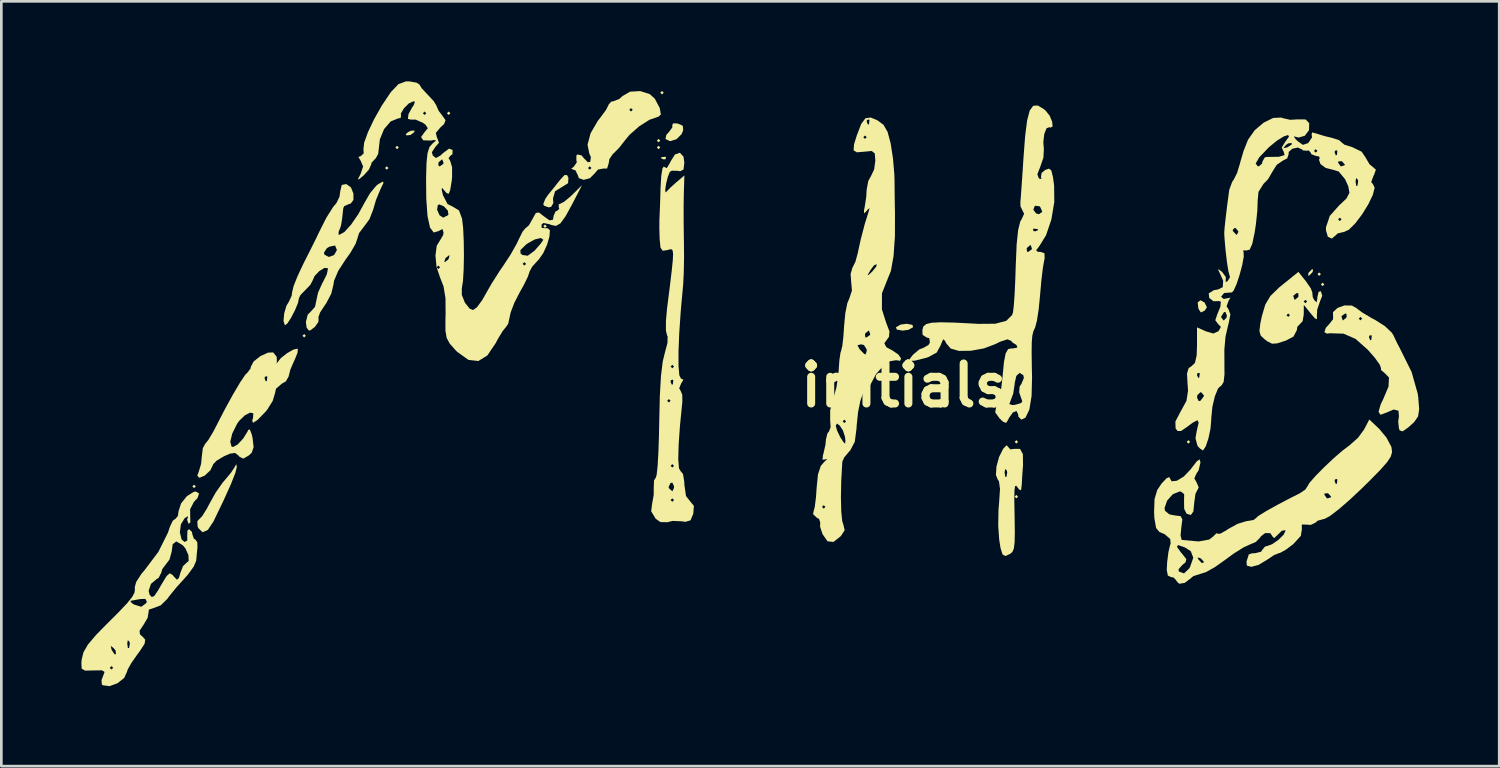
<source format=kicad_pcb>
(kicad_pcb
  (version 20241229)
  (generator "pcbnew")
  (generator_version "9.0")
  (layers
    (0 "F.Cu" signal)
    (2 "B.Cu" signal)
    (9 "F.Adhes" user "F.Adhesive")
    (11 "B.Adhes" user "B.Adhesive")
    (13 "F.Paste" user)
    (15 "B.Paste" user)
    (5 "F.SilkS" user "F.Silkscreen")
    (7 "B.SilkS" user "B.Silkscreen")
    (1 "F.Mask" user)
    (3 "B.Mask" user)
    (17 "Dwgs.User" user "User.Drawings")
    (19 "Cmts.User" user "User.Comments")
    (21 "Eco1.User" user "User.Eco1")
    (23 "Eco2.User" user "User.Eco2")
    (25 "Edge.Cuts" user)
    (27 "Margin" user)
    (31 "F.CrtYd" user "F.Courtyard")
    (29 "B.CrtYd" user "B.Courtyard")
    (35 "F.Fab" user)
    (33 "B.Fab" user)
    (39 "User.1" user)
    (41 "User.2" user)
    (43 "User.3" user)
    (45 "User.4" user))
  (footprint "initials"
    (layer "F.Cu")
    (at 30.847 11.392)
    (property "Reference" "initials" (at 0 0 0) (layer "F.SilkS") (effects (font (size 1.5 1.5) (thickness 0.3))))
    (attr board_only exclude_from_pos_files exclude_from_bom)
    (fp_poly (pts (xy -26.56 3.784) (xy -26.625 3.848) (xy -26.689 3.784) (xy -26.625 3.72)) (stroke (width 0) (type solid)) (fill yes) (layer "F.SilkS"))
    (fp_poly (pts (xy -22.435 -1.86) (xy -22.499 -1.796) (xy -22.563 -1.86) (xy -22.499 -1.924)) (stroke (width 0) (type solid)) (fill yes) (layer "F.SilkS"))
    (fp_poly (pts (xy -19.34 -8.146) (xy -19.405 -8.082) (xy -19.469 -8.146) (xy -19.405 -8.21)) (stroke (width 0) (type solid)) (fill yes) (layer "F.SilkS"))
    (fp_poly (pts (xy -18.953 -8.916) (xy -19.018 -8.852) (xy -19.082 -8.916) (xy -19.018 -8.98)) (stroke (width 0) (type solid)) (fill yes) (layer "F.SilkS"))
    (fp_poly (pts (xy -17.019 -10.198) (xy -17.084 -10.134) (xy -17.148 -10.198) (xy -17.084 -10.263)) (stroke (width 0) (type solid)) (fill yes) (layer "F.SilkS"))
    (fp_poly (pts (xy -13.409 -5.965) (xy -13.474 -5.901) (xy -13.538 -5.965) (xy -13.474 -6.029)) (stroke (width 0) (type solid)) (fill yes) (layer "F.SilkS"))
    (fp_poly (pts (xy -9.154 -9.172) (xy -9.219 -9.108) (xy -9.283 -9.172) (xy -9.219 -9.236)) (stroke (width 0) (type solid)) (fill yes) (layer "F.SilkS"))
    (fp_poly (pts (xy -9.154 -8.916) (xy -9.219 -8.852) (xy -9.283 -8.916) (xy -9.219 -8.98)) (stroke (width 0) (type solid)) (fill yes) (layer "F.SilkS"))
    (fp_poly (pts (xy -9.025 -10.968) (xy -9.09 -10.904) (xy -9.154 -10.968) (xy -9.09 -11.032)) (stroke (width 0) (type solid)) (fill yes) (layer "F.SilkS"))
    (fp_poly (pts (xy 4.255 2.117) (xy 4.19 2.181) (xy 4.126 2.117) (xy 4.19 2.053)) (stroke (width 0) (type solid)) (fill yes) (layer "F.SilkS"))
    (fp_poly (pts (xy 4.255 4.169) (xy 4.19 4.233) (xy 4.126 4.169) (xy 4.19 4.105)) (stroke (width 0) (type solid)) (fill yes) (layer "F.SilkS"))
    (fp_poly (pts (xy 10.702 2.117) (xy 10.637 2.181) (xy 10.573 2.117) (xy 10.637 2.053)) (stroke (width 0) (type solid)) (fill yes) (layer "F.SilkS"))
    (fp_poly (pts (xy 15.601 -4.169) (xy 15.537 -4.105) (xy 15.472 -4.169) (xy 15.537 -4.233)) (stroke (width 0) (type solid)) (fill yes) (layer "F.SilkS"))
    (fp_poly (pts (xy 15.73 -3.784) (xy 15.665 -3.72) (xy 15.601 -3.784) (xy 15.665 -3.848)) (stroke (width 0) (type solid)) (fill yes) (layer "F.SilkS"))
    (fp_poly (pts (xy -8.939 -8.552) (xy -8.957 -8.476) (xy -9.025 -8.467) (xy -9.132 -8.514) (xy -9.111 -8.552) (xy -8.958 -8.568)) (stroke (width 0) (type solid)) (fill yes) (layer "F.SilkS"))
    (fp_poly (pts (xy -18.374 -9.491) (xy -18.512 -9.385) (xy -18.66 -9.367) (xy -18.695 -9.415) (xy -18.594 -9.497) (xy -18.495 -9.542) (xy -18.362 -9.551)) (stroke (width 0) (type solid)) (fill yes) (layer "F.SilkS"))
    (fp_poly (pts (xy 11.245 -3.102) (xy 11.33 -2.926) (xy 11.247 -2.801) (xy 11.104 -2.733) (xy 11.012 -2.87) (xy 10.983 -3.109) (xy 11.089 -3.192)) (stroke (width 0) (type solid)) (fill yes) (layer "F.SilkS"))
    (fp_poly (pts (xy 0.294 -2.268) (xy 0.322 -2.181) (xy 0.145 -2.082) (xy -0.08 -2.053) (xy -0.294 -2.094) (xy -0.322 -2.181) (xy -0.145 -2.279) (xy 0.08 -2.309)) (stroke (width 0) (type solid)) (fill yes) (layer "F.SilkS"))
    (fp_poly (pts (xy 15.303 -4.279) (xy 15.279 -4.233) (xy 15.157 -4.111) (xy 15.135 -4.105) (xy 15.126 -4.188) (xy 15.15 -4.233) (xy 15.271 -4.356) (xy 15.294 -4.362)) (stroke (width 0) (type solid)) (fill yes) (layer "F.SilkS"))
    (fp_poly (pts (xy -8.509 -9.815) (xy -8.336 -9.743) (xy -8.308 -9.72) (xy -8.297 -9.559) (xy -8.354 -9.416) (xy -8.55 -9.223) (xy -8.789 -9.152) (xy -8.959 -9.233) (xy -8.928 -9.387) (xy -8.832 -9.493) (xy -8.702 -9.668) (xy -8.705 -9.753) (xy -8.67 -9.821)) (stroke (width 0) (type solid)) (fill yes) (layer "F.SilkS"))
    (fp_poly (pts (xy -12.595 -7.777) (xy -12.61 -7.577) (xy -12.831 -7.439) (xy -13.096 -7.275) (xy -13.174 -7.007) (xy -13.161 -6.831) (xy -13.245 -6.691) (xy -13.339 -6.671) (xy -13.514 -6.737) (xy -13.538 -6.798) (xy -13.463 -6.989) (xy -13.352 -7.15) (xy -13.13 -7.423) (xy -12.922 -7.685) (xy -12.745 -7.881) (xy -12.648 -7.882)) (stroke (width 0) (type solid)) (fill yes) (layer "F.SilkS"))
    (fp_poly (pts (xy -25.023 3.055) (xy -25.077 3.278) (xy -25.246 3.707) (xy -25.523 4.321) (xy -25.898 5.099) (xy -26.111 5.419) (xy -26.307 5.503) (xy -26.467 5.346) (xy -26.49 5.294) (xy -26.503 5.091) (xy -26.446 5.029) (xy -26.318 4.897) (xy -26.14 4.61) (xy -26.047 4.431) (xy -25.813 4.014) (xy -25.552 3.642) (xy -25.473 3.549) (xy -25.245 3.278) (xy -25.105 3.064) (xy -25.101 3.054) (xy -25.042 2.952)) (stroke (width 0) (type solid)) (fill yes) (layer "F.SilkS"))
    (fp_poly (pts (xy 3.868 2.289) (xy 3.963 2.398) (xy 4.111 2.378) (xy 4.328 2.38) (xy 4.434 2.576) (xy 4.439 2.99) (xy 4.437 3.015) (xy 4.408 3.418) (xy 4.392 3.72) (xy 4.365 3.927) (xy 4.292 3.902) (xy 4.255 3.848) (xy 4.183 3.759) (xy 4.139 3.782) (xy 4.117 3.954) (xy 4.113 4.312) (xy 4.123 4.875) (xy 4.132 5.476) (xy 4.125 5.87) (xy 4.097 6.108) (xy 4.041 6.24) (xy 3.964 6.309) (xy 3.783 6.394) (xy 3.672 6.336) (xy 3.596 6.094) (xy 3.545 5.771) (xy 3.51 5.258) (xy 3.52 4.668) (xy 3.544 4.374) (xy 3.577 3.879) (xy 3.537 3.592) (xy 3.496 3.537) (xy 3.423 3.359) (xy 3.43 3.261) (xy 3.749 3.261) (xy 3.773 3.427) (xy 3.817 3.429) (xy 3.848 3.257) (xy 3.827 3.183) (xy 3.77 3.134) (xy 3.749 3.261) (xy 3.43 3.261) (xy 3.444 3.043) (xy 3.543 2.68) (xy 3.694 2.377) (xy 3.823 2.243)) (stroke (width 0) (type solid)) (fill yes) (layer "F.SilkS"))
    (fp_poly (pts (xy -9.548 -10.915) (xy -9.359 -10.744) (xy -9.173 -10.391) (xy -9.132 -10.151) (xy -9.219 -10.071) (xy -9.552 -9.957) (xy -9.947 -9.707) (xy -10.308 -9.388) (xy -10.459 -9.206) (xy -10.69 -8.91) (xy -10.889 -8.707) (xy -10.921 -8.685) (xy -11.059 -8.484) (xy -11.088 -8.318) (xy -11.148 -8.126) (xy -11.28 -8.127) (xy -11.49 -8.088) (xy -11.607 -7.949) (xy -11.791 -7.765) (xy -12.023 -7.702) (xy -12.204 -7.766) (xy -12.249 -7.889) (xy -12.335 -8.061) (xy -12.41 -8.084) (xy -12.491 -8.119) (xy -12.457 -8.146) (xy -11.862 -8.146) (xy -11.797 -8.082) (xy -11.733 -8.146) (xy -11.797 -8.21) (xy -11.862 -8.146) (xy -12.457 -8.146) (xy -12.393 -8.198) (xy -12.281 -8.362) (xy -12.299 -8.443) (xy -12.297 -8.617) (xy -12.259 -8.653) (xy -12.107 -8.621) (xy -12.008 -8.503) (xy -11.866 -8.362) (xy -11.779 -8.378) (xy -11.755 -8.554) (xy -11.816 -8.697) (xy -11.88 -9.021) (xy -11.766 -9.448) (xy -11.493 -9.917) (xy -11.39 -10.048) (xy -11.191 -10.317) (xy -11.186 -10.327) (xy -10.315 -10.327) (xy -10.25 -10.263) (xy -10.186 -10.327) (xy -10.25 -10.391) (xy -10.315 -10.327) (xy -11.186 -10.327) (xy -11.091 -10.51) (xy -11.088 -10.529) (xy -10.985 -10.637) (xy -10.911 -10.647) (xy -10.685 -10.738) (xy -10.573 -10.84) (xy -10.286 -11.007) (xy -9.907 -11.029)) (stroke (width 0) (type solid)) (fill yes) (layer "F.SilkS"))
    (fp_poly (pts (xy 15.043 -3.898) (xy 15.219 -3.643) (xy 15.283 -3.478) (xy 15.28 -3.465) (xy 15.297 -3.305) (xy 15.35 -3.201) (xy 15.439 -3.112) (xy 15.469 -3.253) (xy 15.47 -3.311) (xy 15.517 -3.509) (xy 15.601 -3.528) (xy 15.652 -3.358) (xy 15.575 -3.167) (xy 15.464 -2.843) (xy 15.451 -2.63) (xy 15.454 -2.478) (xy 15.378 -2.512) (xy 15.222 -2.694) (xy 14.962 -3.015) (xy 14.959 -2.662) (xy 14.917 -2.406) (xy 14.827 -2.309) (xy 14.721 -2.202) (xy 14.698 -2.065) (xy 14.575 -1.83) (xy 14.292 -1.68) (xy 13.966 -1.575) (xy 13.772 -1.562) (xy 13.599 -1.649) (xy 13.485 -1.733) (xy 13.346 -1.866) (xy 13.298 -2.035) (xy 13.332 -2.323) (xy 13.39 -2.595) (xy 13.4 -2.63) (xy 14.312 -2.63) (xy 14.376 -2.566) (xy 14.441 -2.63) (xy 14.376 -2.694) (xy 14.312 -2.63) (xy 13.4 -2.63) (xy 13.518 -3.029) (xy 13.585 -3.143) (xy 14.956 -3.143) (xy 15.021 -3.079) (xy 15.085 -3.143) (xy 15.021 -3.207) (xy 14.956 -3.143) (xy 13.585 -3.143) (xy 13.7 -3.335) (xy 14.57 -3.335) (xy 14.614 -3.21) (xy 14.626 -3.207) (xy 14.736 -3.297) (xy 14.763 -3.335) (xy 14.753 -3.454) (xy 14.706 -3.464) (xy 14.575 -3.371) (xy 14.57 -3.335) (xy 13.7 -3.335) (xy 13.71 -3.352) (xy 14.038 -3.67) (xy 14.15 -3.762) (xy 14.759 -4.253)) (stroke (width 0) (type solid)) (fill yes) (layer "F.SilkS"))
    (fp_poly (pts (xy 16.759 -2.992) (xy 16.917 -2.906) (xy 17.141 -2.738) (xy 17.489 -2.53) (xy 17.645 -2.447) (xy 18 -2.221) (xy 18.258 -1.976) (xy 18.314 -1.887) (xy 18.461 -1.577) (xy 18.55 -1.411) (xy 19 -0.505) (xy 19.231 0.313) (xy 19.25 0.456) (xy 19.284 0.886) (xy 19.244 1.16) (xy 19.097 1.375) (xy 18.873 1.577) (xy 18.665 1.722) (xy 18.559 1.689) (xy 18.527 1.621) (xy 18.499 1.349) (xy 18.526 1.167) (xy 18.509 0.95) (xy 18.33 0.903) (xy 18.057 1.02) (xy 17.835 1.101) (xy 17.762 0.99) (xy 17.843 0.708) (xy 17.925 0.541) (xy 18.136 0.045) (xy 18.153 -0.294) (xy 17.987 -0.466) (xy 17.851 -0.58) (xy 17.856 -0.639) (xy 17.807 -0.777) (xy 17.619 -1.038) (xy 17.363 -1.331) (xy 16.901 -1.742) (xy 16.776 -1.796) (xy 17.406 -1.796) (xy 17.453 -1.69) (xy 17.492 -1.71) (xy 17.507 -1.863) (xy 17.492 -1.881) (xy 17.415 -1.864) (xy 17.406 -1.796) (xy 16.776 -1.796) (xy 16.449 -1.939) (xy 15.933 -1.954) (xy 15.827 -1.939) (xy 15.732 -1.994) (xy 15.785 -2.156) (xy 15.922 -2.308) (xy 16.057 -2.477) (xy 16.059 -2.554) (xy 16.059 -2.566) (xy 16.375 -2.566) (xy 16.419 -2.441) (xy 16.431 -2.437) (xy 16.51 -2.502) (xy 17.019 -2.502) (xy 17.084 -2.437) (xy 17.148 -2.502) (xy 17.084 -2.566) (xy 17.019 -2.502) (xy 16.51 -2.502) (xy 16.542 -2.527) (xy 16.568 -2.566) (xy 16.558 -2.684) (xy 16.511 -2.694) (xy 16.38 -2.601) (xy 16.375 -2.566) (xy 16.059 -2.566) (xy 16.054 -2.744) (xy 16.224 -2.903) (xy 16.487 -2.997)) (stroke (width 0) (type solid)) (fill yes) (layer "F.SilkS"))
    (fp_poly (pts (xy -22.736 -1.369) (xy -22.747 -1.226) (xy -22.855 -0.957) (xy -22.876 -0.916) (xy -23.016 -0.594) (xy -23.079 -0.345) (xy -23.079 -0.336) (xy -23.187 -0.148) (xy -23.337 -0.064) (xy -23.554 0.124) (xy -23.595 0.306) (xy -23.678 0.582) (xy -23.885 0.913) (xy -23.961 1.003) (xy -24.251 1.298) (xy -24.417 1.403) (xy -24.445 1.311) (xy -24.415 1.219) (xy -24.404 1.046) (xy -24.525 1.021) (xy -24.722 1.122) (xy -24.932 1.326) (xy -25.015 1.443) (xy -25.195 1.808) (xy -25.268 2.111) (xy -25.223 2.288) (xy -25.162 2.309) (xy -24.987 2.211) (xy -24.776 1.982) (xy -24.615 1.718) (xy -24.595 1.668) (xy -24.535 1.653) (xy -24.46 1.846) (xy -24.434 1.963) (xy -24.393 2.314) (xy -24.466 2.525) (xy -24.579 2.63) (xy -24.784 2.744) (xy -24.923 2.674) (xy -24.956 2.634) (xy -25.087 2.531) (xy -25.283 2.559) (xy -25.504 2.656) (xy -25.777 2.818) (xy -25.913 2.959) (xy -25.916 2.976) (xy -26.013 3.181) (xy -26.226 3.381) (xy -26.427 3.464) (xy -26.504 3.38) (xy -26.451 3.239) (xy -26.361 2.943) (xy -26.333 2.647) (xy -26.296 2.354) (xy -26.213 2.198) (xy -26.089 2.043) (xy -25.907 1.739) (xy -25.803 1.539) (xy -25.474 0.901) (xy -25.165 0.338) (xy -24.9 -0.11) (xy -24.801 -0.257) (xy -23.982 -0.257) (xy -23.935 -0.151) (xy -23.896 -0.171) (xy -23.88 -0.323) (xy -23.896 -0.342) (xy -23.972 -0.324) (xy -23.982 -0.257) (xy -24.801 -0.257) (xy -24.704 -0.4) (xy -24.613 -0.492) (xy -24.505 -0.639) (xy -24.497 -0.701) (xy -24.391 -0.897) (xy -24.142 -1.095) (xy -23.856 -1.227) (xy -23.659 -1.236) (xy -23.53 -1.073) (xy -23.522 -0.938) (xy -23.529 -0.812) (xy -23.504 -0.856) (xy -23.374 -1.022) (xy -23.142 -1.205) (xy -22.901 -1.343) (xy -22.745 -1.375)) (stroke (width 0) (type solid)) (fill yes) (layer "F.SilkS"))
    (fp_poly (pts (xy -19.526 -7.588) (xy -19.641 -7.349) (xy -19.808 -6.946) (xy -19.912 -6.588) (xy -20.054 -6.225) (xy -20.25 -5.959) (xy -20.442 -5.707) (xy -20.501 -5.515) (xy -20.575 -5.298) (xy -20.767 -4.968) (xy -20.952 -4.708) (xy -21.22 -4.295) (xy -21.379 -3.922) (xy -21.403 -3.772) (xy -21.481 -3.442) (xy -21.673 -3.076) (xy -21.72 -3.011) (xy -21.901 -2.735) (xy -21.969 -2.549) (xy -21.959 -2.52) (xy -21.966 -2.379) (xy -22.097 -2.191) (xy -22.269 -2.063) (xy -22.321 -2.053) (xy -22.406 -2.163) (xy -22.435 -2.377) (xy -22.366 -2.65) (xy -22.241 -2.776) (xy -22.09 -2.948) (xy -22.048 -3.154) (xy -21.981 -3.468) (xy -21.819 -3.831) (xy -21.797 -3.868) (xy -21.65 -4.163) (xy -21.608 -4.369) (xy -21.616 -4.393) (xy -21.741 -4.402) (xy -21.935 -4.28) (xy -22.11 -4.097) (xy -22.177 -3.94) (xy -22.265 -3.771) (xy -22.443 -3.585) (xy -22.633 -3.391) (xy -22.693 -3.278) (xy -22.727 -3.098) (xy -22.841 -2.821) (xy -22.991 -2.531) (xy -23.134 -2.314) (xy -23.221 -2.253) (xy -23.273 -2.412) (xy -23.248 -2.694) (xy -23.165 -2.981) (xy -23.071 -3.137) (xy -22.967 -3.361) (xy -22.95 -3.496) (xy -22.894 -3.723) (xy -22.745 -4.098) (xy -22.535 -4.545) (xy -22.511 -4.593) (xy -22.316 -4.978) (xy -21.756 -4.978) (xy -21.738 -4.895) (xy -21.571 -4.812) (xy -21.376 -4.886) (xy -21.274 -5.068) (xy -21.274 -5.081) (xy -21.341 -5.243) (xy -21.55 -5.199) (xy -21.645 -5.144) (xy -21.756 -4.978) (xy -22.316 -4.978) (xy -22.273 -5.062) (xy -22.065 -5.481) (xy -21.93 -5.763) (xy -21.925 -5.773) (xy -21.667 -6.284) (xy -21.414 -6.685) (xy -21.289 -6.835) (xy -21.175 -7.07) (xy -21.145 -7.283) (xy -21.09 -7.512) (xy -20.92 -7.545) (xy -20.746 -7.419) (xy -20.653 -7.188) (xy -20.652 -6.951) (xy -20.759 -6.809) (xy -20.814 -6.799) (xy -21.001 -6.715) (xy -21.033 -6.639) (xy -21.08 -6.217) (xy -21.123 -5.972) (xy -21.177 -5.828) (xy -21.199 -5.79) (xy -21.216 -5.659) (xy -21.176 -5.644) (xy -20.989 -5.75) (xy -20.738 -6.028) (xy -20.47 -6.417) (xy -20.244 -6.832) (xy -20.031 -7.2) (xy -19.801 -7.479) (xy -19.722 -7.542) (xy -19.548 -7.639)) (stroke (width 0) (type solid)) (fill yes) (layer "F.SilkS"))
    (fp_poly (pts (xy -8.284 -8.571) (xy -8.252 -8.35) (xy -8.283 -8.09) (xy -8.407 -8.025) (xy -8.495 -8.041) (xy -8.723 -8.046) (xy -8.8 -7.997) (xy -8.875 -7.803) (xy -8.937 -7.551) (xy -8.969 -7.331) (xy -8.956 -7.232) (xy -8.933 -7.248) (xy -8.765 -7.421) (xy -8.542 -7.621) (xy -8.251 -7.866) (xy -8.272 -7.172) (xy -8.279 -6.699) (xy -8.278 -6.091) (xy -8.27 -5.469) (xy -8.268 -5.388) (xy -8.263 -4.796) (xy -8.274 -4.224) (xy -8.296 -3.779) (xy -8.302 -3.72) (xy -8.386 -2.796) (xy -8.443 -1.969) (xy -8.471 -1.27) (xy -8.471 -0.73) (xy -8.441 -0.382) (xy -8.381 -0.257) (xy -8.38 -0.257) (xy -8.286 -0.213) (xy -8.371 -0.076) (xy -8.446 0.11) (xy -8.404 0.178) (xy -8.331 0.345) (xy -8.326 0.606) (xy -8.415 1.495) (xy -8.466 2.223) (xy -8.48 2.767) (xy -8.455 3.103) (xy -8.397 3.207) (xy -8.302 3.322) (xy -8.254 3.619) (xy -8.252 3.714) (xy -8.191 4.145) (xy -8.04 4.338) (xy -7.895 4.513) (xy -7.917 4.808) (xy -8.021 5.056) (xy -8.213 5.113) (xy -8.353 5.093) (xy -8.684 5.078) (xy -8.895 5.127) (xy -9.148 5.122) (xy -9.327 4.997) (xy -9.495 4.719) (xy -9.465 4.468) (xy -9.435 4.297) (xy -8.768 4.297) (xy -8.703 4.362) (xy -8.639 4.297) (xy -8.703 4.233) (xy -8.768 4.297) (xy -9.435 4.297) (xy -9.4 4.103) (xy -9.399 3.816) (xy -9.398 3.811) (xy -8.844 3.811) (xy -8.826 3.857) (xy -8.702 3.971) (xy -8.641 3.842) (xy -8.639 3.777) (xy -8.702 3.645) (xy -8.77 3.657) (xy -8.844 3.811) (xy -9.398 3.811) (xy -9.389 3.561) (xy -9.325 3.463) (xy -9.288 3.342) (xy -9.254 3.015) (xy -8.768 3.015) (xy -8.703 3.079) (xy -8.639 3.015) (xy -8.703 2.951) (xy -8.768 3.015) (xy -9.254 3.015) (xy -9.253 3.006) (xy -9.224 2.5) (xy -9.203 1.864) (xy -9.194 1.378) (xy -9.175 0.577) (xy -8.896 0.577) (xy -8.832 0.641) (xy -8.768 0.577) (xy -8.832 0.513) (xy -8.896 0.577) (xy -9.175 0.577) (xy -9.171 0.395) (xy -9.141 -0.128) (xy -8.768 -0.128) (xy -8.72 -0.023) (xy -8.682 -0.043) (xy -8.666 -0.195) (xy -8.682 -0.214) (xy -8.758 -0.196) (xy -8.768 -0.128) (xy -9.141 -0.128) (xy -9.128 -0.356) (xy -9.085 -0.706) (xy -8.768 -0.706) (xy -8.703 -0.641) (xy -8.639 -0.706) (xy -8.703 -0.77) (xy -8.768 -0.706) (xy -9.085 -0.706) (xy -9.062 -0.898) (xy -8.979 -1.236) (xy -8.884 -1.592) (xy -8.879 -1.835) (xy -8.901 -1.878) (xy -8.943 -2.056) (xy -8.942 -2.417) (xy -8.9 -2.887) (xy -8.797 -3.698) (xy -8.726 -4.288) (xy -8.685 -4.69) (xy -8.674 -4.938) (xy -8.694 -5.065) (xy -8.744 -5.105) (xy -8.825 -5.09) (xy -8.891 -5.069) (xy -9.064 -5.046) (xy -9.146 -5.164) (xy -9.177 -5.475) (xy -9.189 -5.871) (xy -9.187 -6.192) (xy -9.186 -6.222) (xy -9.175 -6.474) (xy -9.159 -6.894) (xy -9.144 -7.393) (xy -9.143 -7.416) (xy -9.117 -7.847) (xy -9.074 -8.125) (xy -9.023 -8.202) (xy -9.013 -8.19) (xy -8.911 -8.142) (xy -8.794 -8.333) (xy -8.778 -8.375) (xy -8.604 -8.654) (xy -8.419 -8.718)) (stroke (width 0) (type solid)) (fill yes) (layer "F.SilkS"))
    (fp_poly (pts (xy -26.438 4.051) (xy -26.497 4.226) (xy -26.63 4.365) (xy -26.773 4.641) (xy -26.77 4.895) (xy -26.763 5.133) (xy -26.83 5.188) (xy -26.832 5.187) (xy -26.887 5.032) (xy -26.86 4.962) (xy -26.856 4.898) (xy -26.979 4.98) (xy -27.119 5.208) (xy -27.157 5.508) (xy -27.093 5.769) (xy -26.983 5.868) (xy -26.877 5.814) (xy -26.881 5.653) (xy -26.874 5.443) (xy -26.811 5.388) (xy -26.703 5.492) (xy -26.689 5.58) (xy -26.629 5.751) (xy -26.578 5.773) (xy -26.503 5.88) (xy -26.497 6.061) (xy -26.53 6.399) (xy -26.544 6.57) (xy -26.638 6.791) (xy -26.858 7.093) (xy -26.979 7.229) (xy -27.293 7.577) (xy -27.567 7.915) (xy -27.63 8.003) (xy -27.872 8.241) (xy -28.124 8.338) (xy -28.316 8.401) (xy -28.331 8.499) (xy -28.363 8.706) (xy -28.514 8.965) (xy -28.667 9.194) (xy -28.653 9.329) (xy -28.554 9.417) (xy -28.454 9.529) (xy -28.479 9.683) (xy -28.647 9.943) (xy -28.743 10.072) (xy -28.97 10.395) (xy -29.112 10.647) (xy -29.135 10.724) (xy -29.244 10.964) (xy -29.495 11.162) (xy -29.792 11.27) (xy -30.041 11.238) (xy -30.08 11.208) (xy -30.093 11.045) (xy -30.034 10.89) (xy -29.979 10.738) (xy -30.072 10.678) (xy -30.367 10.681) (xy -30.393 10.682) (xy -30.709 10.689) (xy -30.837 10.613) (xy -30.839 10.583) (xy -29.784 10.583) (xy -29.719 10.647) (xy -29.655 10.583) (xy -29.719 10.519) (xy -29.784 10.583) (xy -30.839 10.583) (xy -30.847 10.389) (xy -30.836 10.269) (xy -30.769 10) (xy -30.631 9.763) (xy -29.747 9.763) (xy -29.72 9.891) (xy -29.711 9.915) (xy -29.609 10.072) (xy -29.551 10.074) (xy -29.565 9.938) (xy -29.639 9.844) (xy -29.747 9.763) (xy -30.631 9.763) (xy -30.601 9.711) (xy -30.571 9.675) (xy -29.129 9.675) (xy -29.105 9.841) (xy -29.061 9.843) (xy -29.03 9.671) (xy -29.051 9.597) (xy -29.108 9.549) (xy -29.129 9.675) (xy -30.571 9.675) (xy -30.296 9.35) (xy -29.933 8.98) (xy -29.454 8.502) (xy -29.133 8.164) (xy -29.061 8.074) (xy -29.01 8.074) (xy -28.977 8.139) (xy -28.881 8.21) (xy -28.602 8.296) (xy -28.417 8.158) (xy -28.395 8.105) (xy -28.45 8) (xy -28.645 8.007) (xy -28.904 8.055) (xy -29.01 8.074) (xy -29.061 8.074) (xy -28.943 7.928) (xy -28.855 7.759) (xy -28.848 7.695) (xy -28.327 7.695) (xy -28.294 7.837) (xy -28.211 7.932) (xy -28.12 7.896) (xy -27.98 7.692) (xy -27.837 7.445) (xy -27.654 7.144) (xy -27.535 7.041) (xy -27.429 7.103) (xy -27.388 7.156) (xy -27.266 7.285) (xy -27.191 7.211) (xy -27.137 7.023) (xy -27.037 6.769) (xy -26.933 6.671) (xy -26.826 6.577) (xy -26.837 6.358) (xy -26.95 6.107) (xy -27.054 5.985) (xy -27.289 5.848) (xy -27.425 5.948) (xy -27.463 6.227) (xy -27.546 6.528) (xy -27.656 6.671) (xy -27.82 6.891) (xy -27.85 7.011) (xy -27.953 7.213) (xy -28.033 7.262) (xy -28.24 7.439) (xy -28.327 7.695) (xy -28.848 7.695) (xy -28.841 7.619) (xy -28.849 7.566) (xy -28.791 7.362) (xy -28.6 7.067) (xy -28.466 6.907) (xy -27.962 6.237) (xy -27.603 5.518) (xy -27.528 5.292) (xy -27.419 5.067) (xy -27.325 5.003) (xy -27.232 4.894) (xy -27.205 4.711) (xy -27.112 4.424) (xy -26.892 4.15) (xy -26.634 3.988) (xy -26.559 3.977)) (stroke (width 0) (type solid)) (fill yes) (layer "F.SilkS"))
    (fp_poly (pts (xy 5.218 -10.353) (xy 5.285 -10.298) (xy 5.437 -10.107) (xy 5.531 -9.883) (xy 5.548 -9.707) (xy 5.471 -9.657) (xy 5.429 -9.677) (xy 5.319 -9.634) (xy 5.235 -9.419) (xy 5.2 -9.113) (xy 5.22 -8.859) (xy 5.203 -8.534) (xy 5.089 -8.202) (xy 4.977 -7.914) (xy 5.03 -7.762) (xy 5.049 -7.749) (xy 5.137 -7.734) (xy 5.109 -7.799) (xy 5.135 -7.961) (xy 5.268 -8.072) (xy 5.412 -8.124) (xy 5.5 -8.054) (xy 5.56 -7.813) (xy 5.604 -7.499) (xy 5.611 -6.873) (xy 5.502 -6.217) (xy 5.302 -5.627) (xy 5.056 -5.228) (xy 4.93 -5.059) (xy 4.995 -5.006) (xy 5.087 -5.003) (xy 5.243 -4.952) (xy 5.249 -4.753) (xy 5.23 -4.669) (xy 5.18 -4.379) (xy 5.126 -3.925) (xy 5.079 -3.403) (xy 5.076 -3.356) (xy 5.026 -2.854) (xy 4.962 -2.433) (xy 4.895 -2.175) (xy 4.887 -2.158) (xy 4.826 -2.024) (xy 4.787 -1.861) (xy 4.767 -1.617) (xy 4.762 -1.243) (xy 4.769 -0.689) (xy 4.778 -0.309) (xy 4.76 0.395) (xy 4.676 0.909) (xy 4.53 1.21) (xy 4.379 1.283) (xy 4.27 1.178) (xy 4.255 1.083) (xy 4.195 0.958) (xy 4.059 1.014) (xy 3.914 1.217) (xy 3.891 1.269) (xy 3.809 1.406) (xy 3.69 1.362) (xy 3.559 1.236) (xy 3.397 1.009) (xy 3.435 0.799) (xy 3.46 0.756) (xy 3.479 0.702) (xy 3.926 0.702) (xy 4.049 0.738) (xy 4.154 0.725) (xy 4.367 0.661) (xy 4.412 0.598) (xy 4.295 0.262) (xy 4.311 0.046) (xy 4.38 -0.06) (xy 4.471 -0.279) (xy 4.45 -0.381) (xy 4.312 -0.47) (xy 4.188 -0.355) (xy 4.127 -0.087) (xy 4.126 -0.048) (xy 4.072 0.31) (xy 3.992 0.521) (xy 3.926 0.702) (xy 3.479 0.702) (xy 3.545 0.511) (xy 3.623 0.103) (xy 3.672 -0.326) (xy 3.724 -0.872) (xy 3.789 -1.202) (xy 3.881 -1.36) (xy 4.014 -1.388) (xy 4.043 -1.382) (xy 4.206 -1.411) (xy 4.226 -1.443) (xy 4.181 -1.529) (xy 4.173 -1.528) (xy 4.04 -1.61) (xy 3.998 -1.667) (xy 3.858 -1.727) (xy 3.578 -1.636) (xy 3.405 -1.549) (xy 2.974 -1.386) (xy 2.486 -1.298) (xy 2.038 -1.292) (xy 1.728 -1.381) (xy 1.558 -1.581) (xy 1.518 -1.668) (xy 1.447 -1.73) (xy 1.365 -1.54) (xy 1.356 -1.51) (xy 1.204 -1.23) (xy 0.886 -1.058) (xy 0.792 -1.029) (xy 0.388 -0.928) (xy 0.2 -0.917) (xy 0.2 -1.003) (xy 0.322 -1.155) (xy 0.552 -1.347) (xy 0.715 -1.411) (xy 0.896 -1.514) (xy 0.949 -1.604) (xy 0.928 -1.769) (xy 0.825 -1.796) (xy 0.675 -1.895) (xy 0.668 -2.085) (xy 0.708 -2.212) (xy 0.811 -2.298) (xy 1.013 -2.348) (xy 1.353 -2.365) (xy 1.868 -2.353) (xy 2.595 -2.316) (xy 2.772 -2.306) (xy 3.399 -2.311) (xy 3.809 -2.418) (xy 4.028 -2.634) (xy 4.063 -2.735) (xy 4.092 -2.971) (xy 4.123 -3.401) (xy 4.149 -3.96) (xy 4.167 -4.511) (xy 4.194 -5.131) (xy 4.577 -5.131) (xy 4.587 -5.013) (xy 4.634 -5.003) (xy 4.765 -5.096) (xy 4.771 -5.131) (xy 4.727 -5.256) (xy 4.714 -5.26) (xy 4.604 -5.17) (xy 4.577 -5.131) (xy 4.194 -5.131) (xy 4.2 -5.284) (xy 4.256 -5.821) (xy 4.265 -5.858) (xy 4.814 -5.858) (xy 4.831 -5.782) (xy 4.899 -5.773) (xy 5.006 -5.82) (xy 4.985 -5.858) (xy 4.832 -5.874) (xy 4.814 -5.858) (xy 4.265 -5.858) (xy 4.336 -6.141) (xy 4.383 -6.22) (xy 4.481 -6.432) (xy 4.436 -6.52) (xy 4.405 -6.584) (xy 4.825 -6.584) (xy 4.928 -6.445) (xy 5.036 -6.414) (xy 5.155 -6.5) (xy 5.157 -6.521) (xy 5.073 -6.707) (xy 4.899 -6.733) (xy 4.879 -6.722) (xy 4.825 -6.584) (xy 4.405 -6.584) (xy 4.345 -6.705) (xy 4.34 -6.863) (xy 4.359 -7.092) (xy 4.389 -7.513) (xy 4.427 -8.059) (xy 4.457 -8.531) (xy 4.519 -9.347) (xy 4.593 -9.929) (xy 4.69 -10.299) (xy 4.82 -10.478) (xy 4.992 -10.489)) (stroke (width 0) (type solid)) (fill yes) (layer "F.SilkS"))
    (fp_poly (pts (xy -1.028 -9.94) (xy -0.79 -9.767) (xy -0.635 -9.496) (xy -0.521 -9.07) (xy -0.434 -8.507) (xy -0.382 -7.898) (xy -0.376 -7.689) (xy -0.371 -7.174) (xy -0.364 -6.668) (xy -0.359 -6.478) (xy -0.361 -5.586) (xy -0.413 -4.844) (xy -0.512 -4.289) (xy -0.639 -3.977) (xy -0.847 -3.451) (xy -0.849 -2.851) (xy -0.693 -2.359) (xy -0.565 -2.019) (xy -0.586 -1.815) (xy -0.626 -1.763) (xy -0.759 -1.576) (xy -0.682 -1.432) (xy -0.451 -1.306) (xy -0.236 -1.162) (xy -0.132 -1.012) (xy -0.164 -0.922) (xy -0.321 -0.944) (xy -0.538 -0.907) (xy -0.811 -0.714) (xy -1.065 -0.431) (xy -1.224 -0.132) (xy -1.335 0.077) (xy -1.417 0.128) (xy -1.537 0.246) (xy -1.651 0.557) (xy -1.742 0.998) (xy -1.795 1.507) (xy -1.799 1.601) (xy -1.865 2.113) (xy -2.035 2.436) (xy -2.07 2.472) (xy -2.264 2.702) (xy -2.332 2.859) (xy -2.372 3.55) (xy -2.385 4.187) (xy -2.373 4.716) (xy -2.336 5.085) (xy -2.29 5.23) (xy -2.244 5.427) (xy -2.387 5.647) (xy -2.665 5.867) (xy -2.888 5.841) (xy -3.075 5.571) (xy -3.165 5.296) (xy -3.161 5.135) (xy -3.202 5.008) (xy -3.297 4.953) (xy -3.428 4.824) (xy -3.414 4.742) (xy -3.365 4.554) (xy -3.094 4.554) (xy -3.03 4.618) (xy -2.965 4.554) (xy -3.03 4.49) (xy -3.094 4.554) (xy -3.365 4.554) (xy -3.364 4.549) (xy -3.319 4.187) (xy -3.295 3.838) (xy -3.244 3.332) (xy -3.139 3.017) (xy -3.015 2.872) (xy -2.896 2.759) (xy -2.954 2.769) (xy -3.073 2.789) (xy -3.061 2.628) (xy -3.039 2.554) (xy -2.964 2.221) (xy -2.946 2.023) (xy -2.889 1.793) (xy -2.833 1.729) (xy -2.771 1.566) (xy -2.774 1.515) (xy -2.579 1.515) (xy -2.525 1.702) (xy -2.406 1.948) (xy -2.28 2.14) (xy -2.226 2.181) (xy -2.216 2.074) (xy -2.233 1.923) (xy -2.308 1.693) (xy -2.426 1.508) (xy -2.534 1.43) (xy -2.579 1.515) (xy -2.774 1.515) (xy -2.785 1.347) (xy -2.321 1.347) (xy -2.256 1.411) (xy -2.192 1.347) (xy -2.256 1.283) (xy -2.321 1.347) (xy -2.785 1.347) (xy -2.788 1.301) (xy -2.787 0.937) (xy -2.687 0.533) (xy -2.676 0.504) (xy -2.557 0.096) (xy -2.48 -0.397) (xy -2.469 -0.56) (xy -2.442 -0.949) (xy -2.4 -1.229) (xy -2.376 -1.298) (xy -2.333 -1.478) (xy -2.33 -1.506) (xy -1.764 -1.506) (xy -1.692 -1.366) (xy -1.676 -1.347) (xy -1.522 -1.188) (xy -1.467 -1.155) (xy -1.424 -1.259) (xy -1.418 -1.347) (xy -1.523 -1.513) (xy -1.627 -1.539) (xy -1.764 -1.506) (xy -2.33 -1.506) (xy -2.292 -1.833) (xy -2.286 -1.924) (xy -1.483 -1.924) (xy -1.473 -1.806) (xy -1.426 -1.796) (xy -1.295 -1.889) (xy -1.289 -1.924) (xy -1.333 -2.049) (xy -1.346 -2.053) (xy -1.456 -1.963) (xy -1.483 -1.924) (xy -2.286 -1.924) (xy -2.264 -2.246) (xy -2.22 -2.707) (xy -2.145 -3.081) (xy -2.067 -3.266) (xy -1.972 -3.557) (xy -1.998 -3.848) (xy -2.019 -4.131) (xy -1.386 -4.131) (xy -1.345 -4.141) (xy -1.215 -4.262) (xy -1.061 -4.45) (xy -1.044 -4.545) (xy -1.146 -4.497) (xy -1.276 -4.324) (xy -1.386 -4.131) (xy -2.019 -4.131) (xy -2.022 -4.174) (xy -1.958 -4.399) (xy -1.842 -4.633) (xy -1.758 -4.939) (xy -1.642 -5.472) (xy -1.493 -6.041) (xy -1.357 -6.478) (xy -1.309 -6.645) (xy -1.377 -6.593) (xy -1.417 -6.542) (xy -1.518 -6.443) (xy -1.521 -6.554) (xy -1.496 -6.671) (xy -1.436 -7.063) (xy -1.42 -7.335) (xy -1.361 -7.658) (xy -1.256 -7.848) (xy -1.141 -8.092) (xy -1.095 -8.421) (xy -1.116 -8.693) (xy -1.23 -8.784) (xy -1.515 -8.757) (xy -1.791 -8.734) (xy -1.91 -8.811) (xy -1.892 -9.038) (xy -1.81 -9.301) (xy -1.547 -9.301) (xy -1.483 -9.236) (xy -1.418 -9.301) (xy -1.483 -9.365) (xy -1.547 -9.301) (xy -1.81 -9.301) (xy -1.786 -9.378) (xy -1.622 -9.802) (xy -1.565 -9.878) (xy -1.418 -9.878) (xy -1.371 -9.772) (xy -1.332 -9.792) (xy -1.317 -9.944) (xy -1.332 -9.963) (xy -1.409 -9.946) (xy -1.418 -9.878) (xy -1.565 -9.878) (xy -1.465 -10.011) (xy -1.269 -10.038)) (stroke (width 0) (type solid)) (fill yes) (layer "F.SilkS"))
    (fp_poly (pts (xy 17.79 1.633) (xy 18.059 1.956) (xy 18.236 2.289) (xy 18.25 2.338) (xy 18.268 2.499) (xy 18.221 2.667) (xy 18.081 2.88) (xy 17.822 3.173) (xy 17.414 3.587) (xy 17.152 3.845) (xy 16.687 4.282) (xy 16.269 4.644) (xy 15.939 4.896) (xy 15.741 5.002) (xy 15.728 5.003) (xy 15.481 5.07) (xy 15.401 5.142) (xy 15.221 5.229) (xy 15.065 5.217) (xy 14.885 5.213) (xy 14.888 5.375) (xy 14.891 5.384) (xy 14.849 5.638) (xy 14.57 5.945) (xy 14.564 5.95) (xy 14.28 6.163) (xy 14.067 6.279) (xy 14.032 6.286) (xy 13.847 6.359) (xy 13.582 6.536) (xy 13.573 6.542) (xy 13.265 6.727) (xy 12.994 6.799) (xy 12.825 6.752) (xy 12.815 6.596) (xy 12.883 6.392) (xy 12.893 6.34) (xy 13.002 6.296) (xy 13.151 6.286) (xy 13.361 6.232) (xy 13.409 6.158) (xy 13.511 6.036) (xy 13.57 6.025) (xy 13.774 5.952) (xy 14.012 5.786) (xy 14.205 5.595) (xy 14.275 5.448) (xy 14.264 5.426) (xy 14.135 5.449) (xy 13.992 5.59) (xy 13.851 5.722) (xy 13.8 5.677) (xy 13.706 5.539) (xy 13.516 5.534) (xy 13.351 5.657) (xy 13.331 5.697) (xy 13.162 5.868) (xy 12.961 5.953) (xy 12.703 6.071) (xy 12.336 6.301) (xy 12.007 6.542) (xy 11.629 6.81) (xy 11.298 6.996) (xy 11.108 7.056) (xy 10.82 7.149) (xy 10.702 7.248) (xy 10.494 7.402) (xy 10.289 7.433) (xy 10.187 7.328) (xy 10.186 7.312) (xy 10.081 7.199) (xy 9.989 7.184) (xy 9.866 7.126) (xy 9.825 6.915) (xy 9.84 6.627) (xy 9.887 6.253) (xy 9.935 6.048) (xy 10.205 6.048) (xy 10.362 6.266) (xy 10.41 6.319) (xy 10.559 6.512) (xy 10.527 6.634) (xy 10.412 6.727) (xy 10.269 6.887) (xy 10.274 6.972) (xy 10.472 7.046) (xy 10.664 6.864) (xy 10.697 6.807) (xy 10.82 6.457) (xy 10.817 6.451) (xy 10.98 6.451) (xy 11.012 6.523) (xy 11.141 6.66) (xy 11.216 6.632) (xy 11.217 6.614) (xy 11.126 6.506) (xy 11.068 6.466) (xy 10.98 6.451) (xy 10.817 6.451) (xy 10.726 6.214) (xy 10.507 6.073) (xy 10.253 5.984) (xy 10.205 6.048) (xy 9.935 6.048) (xy 9.949 5.985) (xy 9.971 5.936) (xy 9.955 5.755) (xy 9.745 5.575) (xy 9.55 5.494) (xy 9.426 5.343) (xy 9.361 4.974) (xy 9.35 4.739) (xy 9.368 4.258) (xy 9.468 3.922) (xy 9.631 3.678) (xy 9.82 3.479) (xy 9.922 3.434) (xy 9.928 3.454) (xy 10.007 3.594) (xy 10.205 3.573) (xy 10.463 3.415) (xy 10.721 3.145) (xy 10.745 3.112) (xy 10.954 2.842) (xy 11.059 2.773) (xy 11.088 2.887) (xy 11.088 2.894) (xy 11.019 3.183) (xy 10.939 3.304) (xy 10.858 3.484) (xy 10.945 3.639) (xy 11.023 3.823) (xy 10.985 3.897) (xy 10.901 4.063) (xy 10.859 4.364) (xy 10.858 4.37) (xy 10.823 4.725) (xy 10.728 4.857) (xy 10.569 4.808) (xy 10.478 4.628) (xy 10.473 4.346) (xy 10.478 4.076) (xy 10.359 3.981) (xy 10.3 3.977) (xy 10.05 4.08) (xy 9.838 4.32) (xy 9.743 4.594) (xy 9.758 4.697) (xy 9.926 4.834) (xy 10.141 4.875) (xy 10.346 4.899) (xy 10.41 5.021) (xy 10.372 5.316) (xy 10.371 5.324) (xy 10.343 5.623) (xy 10.382 5.784) (xy 10.397 5.791) (xy 11.014 5.848) (xy 11.414 5.778) (xy 11.561 5.666) (xy 11.691 5.538) (xy 11.729 5.557) (xy 11.822 5.56) (xy 12.049 5.436) (xy 12.127 5.383) (xy 12.478 5.189) (xy 12.807 5.088) (xy 12.836 5.085) (xy 13.075 5.044) (xy 13.151 4.989) (xy 13.259 4.892) (xy 13.552 4.71) (xy 13.983 4.47) (xy 14.505 4.198) (xy 14.707 4.097) (xy 15.73 4.097) (xy 15.824 4.228) (xy 15.859 4.233) (xy 15.984 4.19) (xy 15.988 4.177) (xy 15.897 4.067) (xy 15.859 4.041) (xy 15.74 4.051) (xy 15.73 4.097) (xy 14.707 4.097) (xy 14.794 4.054) (xy 15.015 3.907) (xy 15.084 3.803) (xy 15.174 3.652) (xy 15.227 3.592) (xy 16.117 3.592) (xy 16.164 3.698) (xy 16.203 3.677) (xy 16.218 3.525) (xy 16.203 3.506) (xy 16.126 3.524) (xy 16.117 3.592) (xy 15.227 3.592) (xy 15.407 3.387) (xy 15.729 3.061) (xy 16.086 2.725) (xy 16.426 2.432) (xy 16.671 2.249) (xy 16.994 1.962) (xy 17.224 1.646) (xy 17.415 1.278)) (stroke (width 0) (type solid)) (fill yes) (layer "F.SilkS"))
    (fp_poly (pts (xy -18.551 -11.391) (xy -18.286 -11.344) (xy -18.18 -11.275) (xy -18.095 -11.136) (xy -17.888 -10.913) (xy -17.86 -10.885) (xy -17.642 -10.649) (xy -17.538 -10.476) (xy -17.537 -10.465) (xy -17.457 -10.286) (xy -17.33 -10.121) (xy -17.201 -9.939) (xy -17.256 -9.793) (xy -17.39 -9.67) (xy -17.564 -9.464) (xy -17.526 -9.29) (xy -17.511 -9.272) (xy -17.448 -9.091) (xy -17.578 -8.944) (xy -17.714 -8.737) (xy -17.677 -8.612) (xy -17.561 -8.52) (xy -17.393 -8.613) (xy -17.297 -8.703) (xy -17.069 -8.872) (xy -16.937 -8.822) (xy -16.942 -8.66) (xy -17.002 -8.622) (xy -17.089 -8.519) (xy -17.025 -8.409) (xy -16.955 -8.175) (xy -16.957 -7.783) (xy -16.972 -7.651) (xy -17.03 -7.303) (xy -17.089 -7.173) (xy -17.178 -7.221) (xy -17.225 -7.279) (xy -17.333 -7.403) (xy -17.345 -7.33) (xy -17.295 -7.12) (xy -17.125 -6.795) (xy -16.927 -6.696) (xy -16.697 -6.557) (xy -16.582 -6.247) (xy -16.542 -5.899) (xy -16.519 -5.414) (xy -16.512 -4.869) (xy -16.522 -4.342) (xy -16.548 -3.909) (xy -16.589 -3.65) (xy -16.592 -3.64) (xy -16.591 -3.389) (xy -16.475 -3.099) (xy -16.299 -2.877) (xy -16.172 -2.822) (xy -16.025 -2.927) (xy -15.829 -3.193) (xy -15.73 -3.367) (xy -15.478 -3.809) (xy -15.168 -4.296) (xy -15.034 -4.49) (xy -14.992 -4.554) (xy -14.312 -4.554) (xy -14.247 -4.49) (xy -14.183 -4.554) (xy -14.247 -4.618) (xy -14.312 -4.554) (xy -14.992 -4.554) (xy -14.762 -4.905) (xy -14.669 -5.07) (xy -14.395 -5.07) (xy -14.393 -4.947) (xy -14.318 -4.886) (xy -14.121 -4.859) (xy -13.875 -5.041) (xy -13.835 -5.083) (xy -13.634 -5.313) (xy -13.539 -5.452) (xy -13.538 -5.459) (xy -13.631 -5.524) (xy -13.853 -5.471) (xy -14.122 -5.323) (xy -14.201 -5.262) (xy -14.395 -5.07) (xy -14.669 -5.07) (xy -14.532 -5.313) (xy -14.452 -5.484) (xy -14.314 -5.761) (xy -14.2 -5.898) (xy -14.188 -5.901) (xy -14.074 -6.004) (xy -13.941 -6.238) (xy -13.817 -6.463) (xy -13.698 -6.478) (xy -13.556 -6.366) (xy -13.302 -6.182) (xy -13.175 -6.21) (xy -13.151 -6.35) (xy -13.078 -6.521) (xy -13.015 -6.542) (xy -12.938 -6.621) (xy -12.958 -6.671) (xy -12.958 -6.789) (xy -12.919 -6.799) (xy -12.758 -6.882) (xy -12.509 -7.088) (xy -12.443 -7.152) (xy -12.086 -7.505) (xy -12.451 -6.799) (xy -12.705 -6.335) (xy -12.896 -6.072) (xy -13.063 -5.976) (xy -13.243 -6.012) (xy -13.298 -6.039) (xy -13.53 -6.086) (xy -13.602 -6.03) (xy -13.6 -5.901) (xy -13.386 -5.886) (xy -13.369 -5.889) (xy -13.29 -5.81) (xy -13.307 -5.579) (xy -13.398 -5.269) (xy -13.54 -4.956) (xy -13.71 -4.714) (xy -13.732 -4.693) (xy -13.951 -4.453) (xy -14.053 -4.267) (xy -14.054 -4.256) (xy -14.115 -4.075) (xy -14.271 -3.756) (xy -14.414 -3.501) (xy -14.622 -3.098) (xy -14.761 -2.734) (xy -14.794 -2.577) (xy -14.854 -2.308) (xy -14.933 -2.192) (xy -15.058 -2.04) (xy -15.238 -1.742) (xy -15.32 -1.587) (xy -15.633 -1.123) (xy -15.972 -0.913) (xy -16.345 -0.957) (xy -16.759 -1.253) (xy -16.836 -1.33) (xy -17.043 -1.564) (xy -17.159 -1.778) (xy -17.205 -2.055) (xy -17.205 -2.479) (xy -17.199 -2.658) (xy -17.203 -3.266) (xy -17.276 -3.712) (xy -17.405 -4.04) (xy -17.535 -4.425) (xy -17.471 -4.362) (xy -17.406 -4.426) (xy -17.471 -4.49) (xy -17.535 -4.426) (xy -17.538 -4.434) (xy -17.556 -4.627) (xy -17.246 -4.627) (xy -17.228 -4.618) (xy -17.11 -4.708) (xy -17.084 -4.746) (xy -17.051 -4.866) (xy -17.069 -4.875) (xy -17.186 -4.784) (xy -17.213 -4.746) (xy -17.246 -4.627) (xy -17.556 -4.627) (xy -17.579 -4.863) (xy -17.531 -5.235) (xy -17.394 -5.459) (xy -17.389 -5.463) (xy -17.289 -5.636) (xy -17.277 -5.732) (xy -17.317 -5.861) (xy -17.456 -5.785) (xy -17.643 -5.729) (xy -17.783 -5.913) (xy -17.876 -6.34) (xy -17.894 -6.584) (xy -17.518 -6.584) (xy -17.427 -6.377) (xy -17.289 -6.286) (xy -17.108 -6.378) (xy -17.093 -6.4) (xy -17.116 -6.551) (xy -17.263 -6.709) (xy -17.432 -6.781) (xy -17.49 -6.759) (xy -17.518 -6.584) (xy -17.894 -6.584) (xy -17.924 -7.014) (xy -17.93 -7.748) (xy -17.915 -8.326) (xy -17.914 -8.338) (xy -17.471 -8.338) (xy -17.46 -8.22) (xy -17.414 -8.21) (xy -17.282 -8.303) (xy -17.277 -8.338) (xy -17.321 -8.463) (xy -17.334 -8.467) (xy -17.444 -8.377) (xy -17.471 -8.338) (xy -17.914 -8.338) (xy -17.876 -8.702) (xy -17.805 -8.929) (xy -17.694 -9.058) (xy -17.553 -9.18) (xy -17.635 -9.195) (xy -17.758 -9.175) (xy -18.035 -9.183) (xy -18.118 -9.307) (xy -17.982 -9.496) (xy -17.865 -9.635) (xy -17.948 -9.765) (xy -18.054 -9.843) (xy -18.325 -9.961) (xy -18.501 -9.96) (xy -18.611 -9.987) (xy -18.59 -10.163) (xy -18.571 -10.198) (xy -18.051 -10.198) (xy -17.986 -10.134) (xy -17.922 -10.198) (xy -17.986 -10.263) (xy -18.051 -10.198) (xy -18.571 -10.198) (xy -18.449 -10.423) (xy -18.402 -10.487) (xy -18.348 -10.628) (xy -18.402 -10.647) (xy -18.579 -10.565) (xy -18.763 -10.38) (xy -18.876 -10.186) (xy -18.868 -10.092) (xy -18.889 -10.018) (xy -18.974 -10.006) (xy -19.257 -9.892) (xy -19.505 -9.603) (xy -19.662 -9.221) (xy -19.689 -8.987) (xy -19.725 -8.677) (xy -19.819 -8.503) (xy -19.834 -8.495) (xy -19.976 -8.341) (xy -19.985 -8.283) (xy -20.074 -8.086) (xy -20.261 -7.877) (xy -20.452 -7.715) (xy -20.479 -7.736) (xy -20.381 -7.93) (xy -20.29 -8.203) (xy -20.378 -8.411) (xy -20.466 -8.56) (xy -20.372 -8.595) (xy -20.267 -8.695) (xy -20.278 -8.845) (xy -20.251 -9.095) (xy -20.107 -9.493) (xy -19.877 -9.977) (xy -19.591 -10.483) (xy -19.279 -10.949) (xy -19.24 -11.001) (xy -18.963 -11.291) (xy -18.684 -11.392)) (stroke (width 0) (type solid)) (fill yes) (layer "F.SilkS"))
    (fp_poly (pts (xy 14.16 -10.018) (xy 14.448 -9.953) (xy 14.73 -9.968) (xy 15.031 -9.966) (xy 15.163 -9.827) (xy 15.158 -9.566) (xy 14.999 -9.355) (xy 14.766 -9.287) (xy 14.71 -9.302) (xy 14.584 -9.333) (xy 14.644 -9.241) (xy 14.724 -9.158) (xy 14.925 -9.014) (xy 15.104 -9.072) (xy 15.142 -9.102) (xy 15.268 -9.293) (xy 15.256 -9.401) (xy 15.269 -9.479) (xy 15.419 -9.442) (xy 15.737 -9.343) (xy 16.02 -9.275) (xy 16.277 -9.194) (xy 16.375 -9.108) (xy 16.486 -9.019) (xy 16.755 -8.936) (xy 16.764 -8.934) (xy 17.129 -8.757) (xy 17.271 -8.547) (xy 17.422 -8.288) (xy 17.559 -8.176) (xy 17.662 -8.083) (xy 17.593 -7.887) (xy 17.572 -7.851) (xy 17.487 -7.619) (xy 17.553 -7.541) (xy 17.616 -7.407) (xy 17.546 -7.136) (xy 17.378 -6.786) (xy 17.149 -6.415) (xy 16.895 -6.078) (xy 16.651 -5.835) (xy 16.453 -5.742) (xy 16.429 -5.744) (xy 16.223 -5.692) (xy 16.183 -5.648) (xy 16.011 -5.501) (xy 15.862 -5.57) (xy 15.79 -5.818) (xy 15.792 -5.927) (xy 15.892 -6.222) (xy 16.246 -6.222) (xy 16.31 -6.158) (xy 16.375 -6.222) (xy 16.31 -6.286) (xy 16.246 -6.222) (xy 15.892 -6.222) (xy 15.934 -6.349) (xy 16.27 -6.729) (xy 16.56 -7.004) (xy 16.671 -7.217) (xy 16.627 -7.464) (xy 16.545 -7.644) (xy 16.901 -7.644) (xy 16.924 -7.477) (xy 16.968 -7.475) (xy 16.999 -7.647) (xy 16.978 -7.721) (xy 16.921 -7.77) (xy 16.901 -7.644) (xy 16.545 -7.644) (xy 16.506 -7.729) (xy 16.266 -8.017) (xy 16.047 -8.082) (xy 15.785 -8.146) (xy 15.586 -8.294) (xy 15.568 -8.346) (xy 16.246 -8.346) (xy 16.339 -8.215) (xy 16.375 -8.21) (xy 16.5 -8.254) (xy 16.504 -8.267) (xy 16.413 -8.376) (xy 16.375 -8.403) (xy 16.256 -8.392) (xy 16.246 -8.346) (xy 15.568 -8.346) (xy 15.528 -8.458) (xy 15.559 -8.511) (xy 15.532 -8.581) (xy 15.429 -8.595) (xy 15.244 -8.662) (xy 15.214 -8.731) (xy 15.159 -8.787) (xy 15.343 -8.787) (xy 15.408 -8.723) (xy 16.117 -8.723) (xy 16.164 -8.618) (xy 16.203 -8.638) (xy 16.218 -8.79) (xy 16.203 -8.809) (xy 16.126 -8.791) (xy 16.117 -8.723) (xy 15.408 -8.723) (xy 15.472 -8.787) (xy 15.408 -8.852) (xy 15.343 -8.787) (xy 15.159 -8.787) (xy 15.137 -8.81) (xy 15.094 -8.793) (xy 14.928 -8.806) (xy 14.901 -8.837) (xy 14.743 -8.913) (xy 14.534 -8.87) (xy 14.395 -8.749) (xy 14.392 -8.663) (xy 14.339 -8.507) (xy 14.192 -8.432) (xy 13.948 -8.267) (xy 13.806 -8.043) (xy 13.622 -7.728) (xy 13.45 -7.55) (xy 13.262 -7.251) (xy 13.232 -6.927) (xy 13.219 -6.543) (xy 13.167 -6.045) (xy 13.12 -5.733) (xy 13.029 -5.301) (xy 12.933 -5.088) (xy 12.815 -5.055) (xy 12.807 -5.058) (xy 12.687 -5.058) (xy 12.704 -4.997) (xy 12.711 -4.823) (xy 12.653 -4.509) (xy 12.554 -4.137) (xy 12.438 -3.789) (xy 12.329 -3.547) (xy 12.265 -3.484) (xy 11.975 -3.462) (xy 11.862 -3.324) (xy 11.862 -3.322) (xy 11.957 -3.239) (xy 12.074 -3.26) (xy 12.212 -3.289) (xy 12.142 -3.17) (xy 12.141 -3.168) (xy 12.067 -2.965) (xy 12.137 -2.857) (xy 12.21 -2.659) (xy 12.142 -2.312) (xy 12.129 -2.272) (xy 12.027 -1.823) (xy 11.984 -1.349) (xy 11.984 -1.33) (xy 11.986 -0.872) (xy 11.988 -0.437) (xy 11.989 -0.417) (xy 11.958 -0.133) (xy 11.881 -0.001) (xy 11.872 0) (xy 11.748 0.115) (xy 11.628 0.408) (xy 11.536 0.801) (xy 11.494 1.216) (xy 11.493 1.283) (xy 11.464 1.623) (xy 11.387 1.987) (xy 11.286 2.286) (xy 11.187 2.434) (xy 11.172 2.437) (xy 11.057 2.353) (xy 10.978 2.267) (xy 10.901 1.976) (xy 10.953 1.69) (xy 11.021 1.395) (xy 10.975 1.304) (xy 10.786 1.405) (xy 10.601 1.545) (xy 10.362 1.709) (xy 10.231 1.709) (xy 10.156 1.61) (xy 10.149 1.353) (xy 10.351 0.967) (xy 10.357 0.958) (xy 10.565 0.577) (xy 10.583 0.457) (xy 10.959 0.457) (xy 11.022 0.589) (xy 11.088 0.577) (xy 11.212 0.413) (xy 11.217 0.377) (xy 11.119 0.26) (xy 11.088 0.257) (xy 10.975 0.361) (xy 10.959 0.457) (xy 10.583 0.457) (xy 10.623 0.195) (xy 10.604 -0.068) (xy 10.587 -0.385) (xy 10.959 -0.385) (xy 11.007 -0.279) (xy 11.045 -0.299) (xy 11.061 -0.452) (xy 11.045 -0.47) (xy 10.969 -0.453) (xy 10.959 -0.385) (xy 10.587 -0.385) (xy 10.584 -0.446) (xy 10.645 -0.646) (xy 10.749 -0.717) (xy 10.881 -0.842) (xy 10.946 -1.122) (xy 10.959 -1.486) (xy 10.959 -2.175) (xy 11.285 -2.028) (xy 11.571 -1.944) (xy 11.761 -2.029) (xy 11.768 -2.036) (xy 11.855 -2.193) (xy 11.751 -2.298) (xy 11.644 -2.442) (xy 11.683 -2.558) (xy 11.862 -2.558) (xy 11.948 -2.44) (xy 11.969 -2.437) (xy 12.066 -2.541) (xy 12.077 -2.624) (xy 12.021 -2.754) (xy 11.969 -2.745) (xy 11.863 -2.576) (xy 11.862 -2.558) (xy 11.683 -2.558) (xy 11.72 -2.669) (xy 11.835 -2.948) (xy 11.853 -3.136) (xy 11.768 -3.164) (xy 11.759 -3.159) (xy 11.573 -3.154) (xy 11.417 -3.279) (xy 11.399 -3.444) (xy 11.402 -3.449) (xy 11.592 -3.569) (xy 11.74 -3.592) (xy 11.925 -3.682) (xy 11.939 -3.924) (xy 11.801 -4.233) (xy 11.739 -4.357) (xy 11.833 -4.304) (xy 11.9 -4.251) (xy 12.04 -4.059) (xy 12.034 -3.942) (xy 12.033 -3.871) (xy 12.102 -3.902) (xy 12.197 -4.054) (xy 12.18 -4.112) (xy 12.133 -4.289) (xy 12.079 -4.637) (xy 12.028 -5.072) (xy 11.99 -5.508) (xy 11.979 -5.709) (xy 11.987 -5.822) (xy 12.293 -5.822) (xy 12.313 -5.773) (xy 12.429 -5.65) (xy 12.45 -5.644) (xy 12.505 -5.744) (xy 12.507 -5.773) (xy 12.407 -5.896) (xy 12.37 -5.901) (xy 12.293 -5.822) (xy 11.987 -5.822) (xy 11.992 -5.9) (xy 12.031 -6.264) (xy 12.086 -6.718) (xy 12.147 -7.181) (xy 12.168 -7.333) (xy 12.277 -7.626) (xy 12.338 -7.718) (xy 12.459 -7.956) (xy 12.566 -8.305) (xy 12.568 -8.314) (xy 13.157 -8.314) (xy 13.233 -8.214) (xy 13.28 -8.21) (xy 13.397 -8.313) (xy 13.409 -8.388) (xy 13.501 -8.546) (xy 13.57 -8.56) (xy 14.03 -8.567) (xy 14.241 -8.632) (xy 14.21 -8.747) (xy 14.146 -8.888) (xy 14.196 -8.888) (xy 14.325 -8.915) (xy 14.349 -8.924) (xy 14.507 -9.026) (xy 14.508 -9.083) (xy 14.372 -9.069) (xy 14.277 -8.996) (xy 14.196 -8.888) (xy 14.146 -8.888) (xy 14.134 -8.914) (xy 14.264 -9.126) (xy 14.269 -9.132) (xy 14.406 -9.322) (xy 14.372 -9.383) (xy 14.21 -9.33) (xy 13.962 -9.177) (xy 13.67 -8.939) (xy 13.635 -8.906) (xy 13.292 -8.547) (xy 13.157 -8.314) (xy 12.568 -8.314) (xy 12.573 -8.338) (xy 12.704 -8.787) (xy 12.871 -9.206) (xy 13.12 -9.561) (xy 13.459 -9.848) (xy 13.815 -10.022) (xy 14.116 -10.037)) (stroke (width 0) (type solid)) (fill yes) (layer "F.SilkS")))
  (gr_rect
    (start -3 -3)
    (end 53.131 25.661)
    (stroke (width 0.1) (type default))
    (fill no)
    (layer "Edge.Cuts")))
</source>
